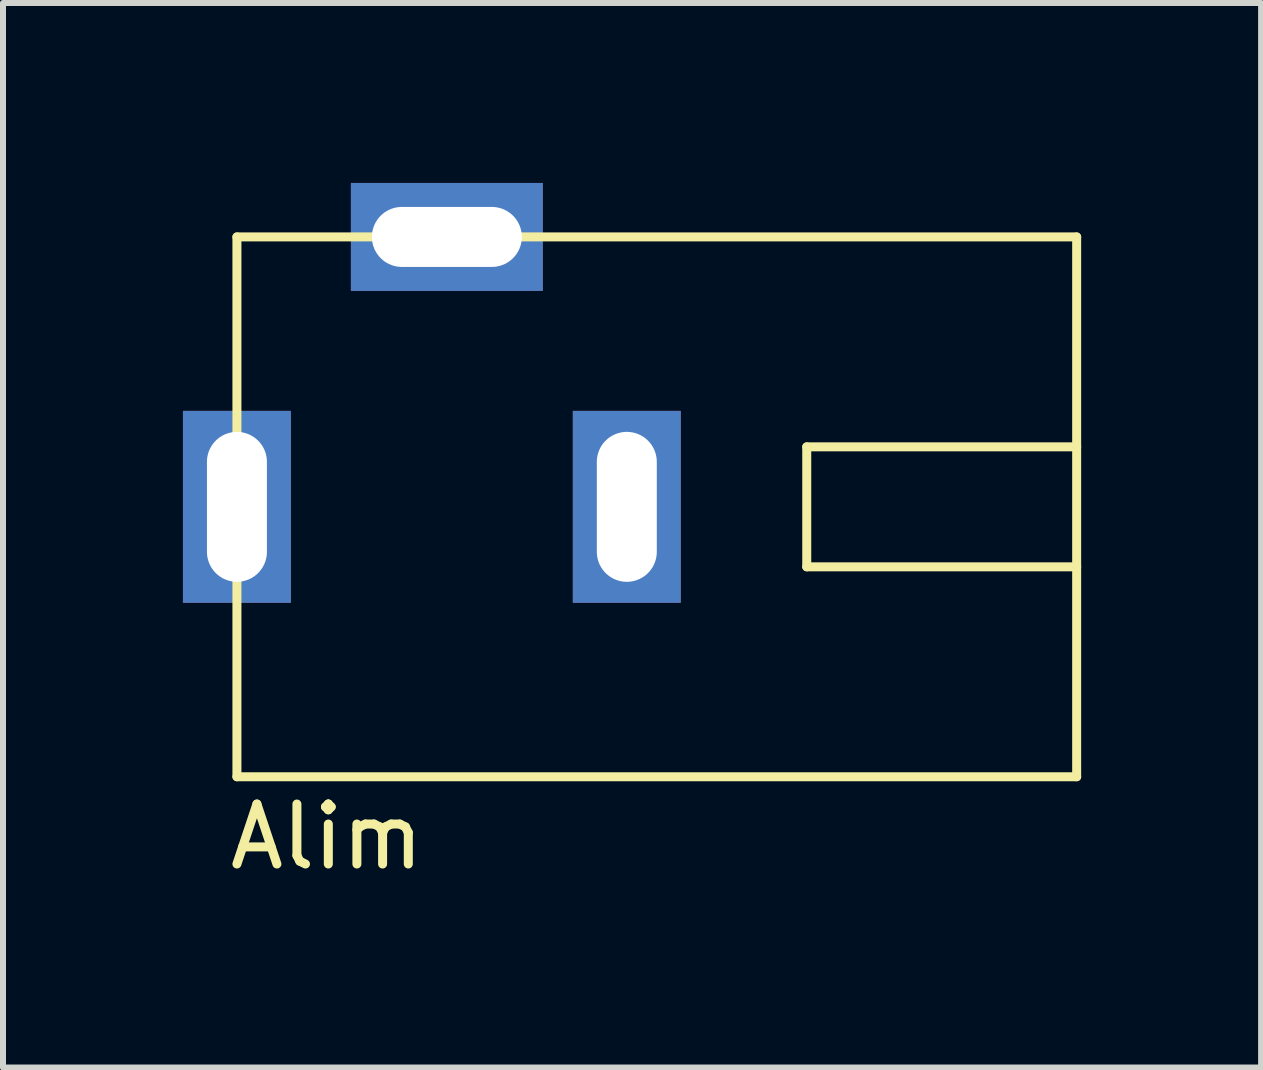
<source format=kicad_pcb>
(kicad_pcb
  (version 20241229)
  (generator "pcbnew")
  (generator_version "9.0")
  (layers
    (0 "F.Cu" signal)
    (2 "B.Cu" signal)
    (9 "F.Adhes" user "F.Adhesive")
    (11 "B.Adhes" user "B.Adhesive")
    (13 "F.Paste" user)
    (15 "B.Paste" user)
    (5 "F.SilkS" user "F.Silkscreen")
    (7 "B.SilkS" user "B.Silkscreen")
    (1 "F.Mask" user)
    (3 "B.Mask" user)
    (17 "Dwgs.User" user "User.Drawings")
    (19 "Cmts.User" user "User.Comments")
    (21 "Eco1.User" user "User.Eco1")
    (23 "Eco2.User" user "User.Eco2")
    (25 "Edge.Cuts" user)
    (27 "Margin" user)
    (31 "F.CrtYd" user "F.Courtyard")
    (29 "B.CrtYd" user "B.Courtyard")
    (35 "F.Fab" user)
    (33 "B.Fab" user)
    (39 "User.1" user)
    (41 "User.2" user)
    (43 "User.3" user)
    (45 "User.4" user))
  (footprint "Alim"
    (layer "F.Cu")
    (at 7.4 5.4)
    (property "Reference" "Alim" (at -5 5.5 0) (layer "F.SilkS") (effects (font (size 1 1) (thickness 0.15))))
    (attr through_hole)
    (fp_line (start -6.5 -4.5) (end 7.5 -4.5) (stroke (width 0.15) (type solid)) (layer "F.SilkS"))
    (fp_line (start -6.5 4.5) (end -6.5 -4.5) (stroke (width 0.15) (type solid)) (layer "F.SilkS"))
    (fp_line (start 3 -1) (end 7.5 -1) (stroke (width 0.15) (type solid)) (layer "F.SilkS"))
    (fp_line (start 3 1) (end 3 -1) (stroke (width 0.15) (type solid)) (layer "F.SilkS"))
    (fp_line (start 7.5 -4.5) (end 7.5 4.5) (stroke (width 0.15) (type solid)) (layer "F.SilkS"))
    (fp_line (start 7.5 1) (end 3 1) (stroke (width 0.15) (type solid)) (layer "F.SilkS"))
    (fp_line (start 7.5 4.5) (end -6.5 4.5) (stroke (width 0.15) (type solid)) (layer "F.SilkS"))
    (pad "1" thru_hole rect (at -6.5 0) (size 1.8 3.2) (drill oval 1 2.5) (layers "*.Cu" "*.Mask"))
    (pad "2" thru_hole rect (at 0 0) (size 1.8 3.2) (drill oval 1 2.5) (layers "*.Cu" "*.Mask"))
    (pad "3" thru_hole rect (at -3 -4.5) (size 3.2 1.8) (drill oval 2.5 1) (layers "*.Cu" "*.Mask")))
  (gr_rect
    (start -3 -3)
    (end 17.975 14.748)
    (stroke (width 0.1) (type default))
    (fill no)
    (layer "Edge.Cuts")))
</source>
